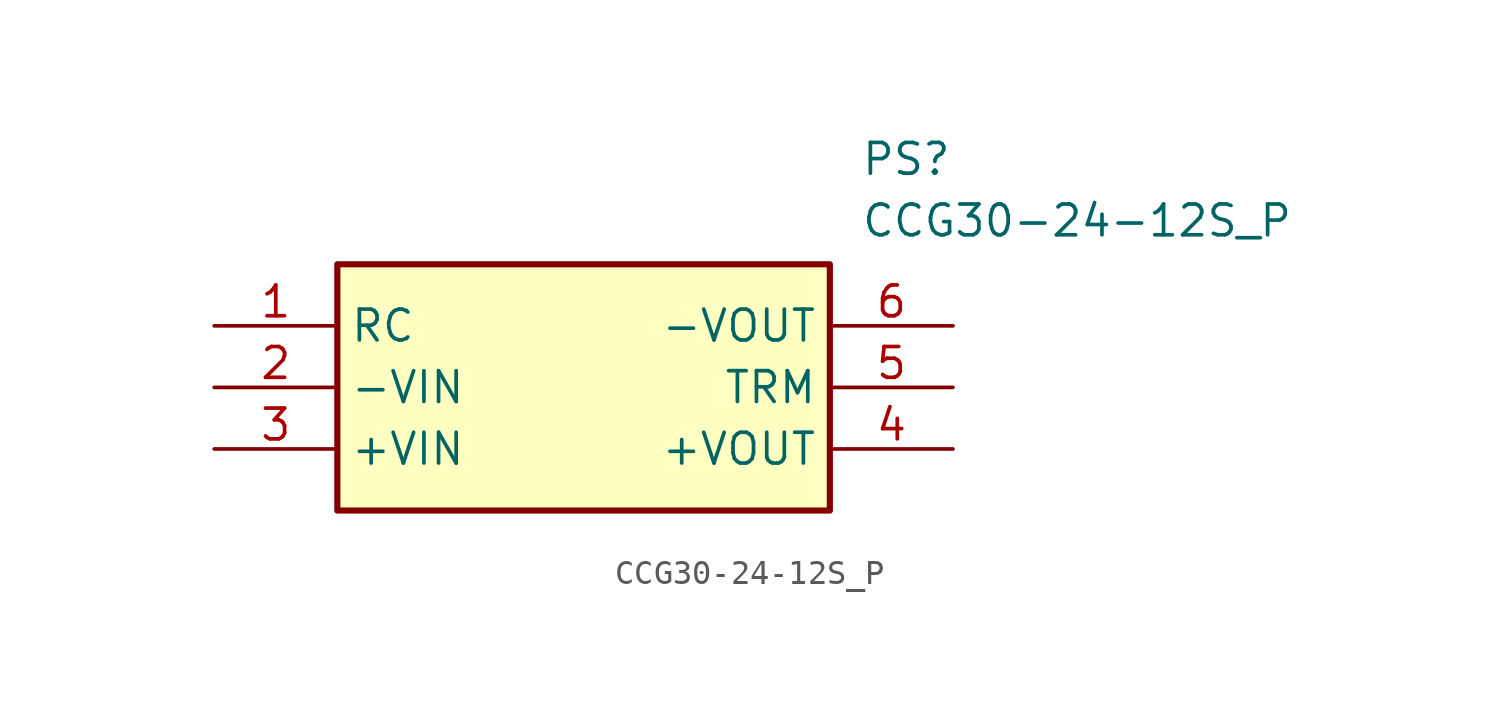
<source format=kicad_sym>
(kicad_symbol_lib
  (version 20211014)
  (generator SamacSys_ECAD_Model)
  (symbol "CCG30-24-12S_P"
    (property "Reference" "PS"
      (at 26.67 7.62 0)
      (effects (font (size 1.27 1.27)) (justify left top)))
    (property "Value" "CCG30-24-12S_P"
      (at 26.67 5.08 0)
      (effects (font (size 1.27 1.27)) (justify left top)))
    (rectangle
      (start 5.08 2.54)
      (end 25.4 -7.62)
      (stroke (width 0.254) (type default))
      (fill (type background)))
    (pin passive line
      (at 0 0 0)
      (length 5.08)
      (name "RC" (effects (font (size 1.27 1.27))))
      (number "1" (effects (font (size 1.27 1.27)))))
    (pin passive line
      (at 0 -2.54 0)
      (length 5.08)
      (name "-VIN" (effects (font (size 1.27 1.27))))
      (number "2" (effects (font (size 1.27 1.27)))))
    (pin passive line
      (at 0 -5.08 0)
      (length 5.08)
      (name "+VIN" (effects (font (size 1.27 1.27))))
      (number "3" (effects (font (size 1.27 1.27)))))
    (pin passive line
      (at 30.48 -5.08 180)
      (length 5.08)
      (name "+VOUT" (effects (font (size 1.27 1.27))))
      (number "4" (effects (font (size 1.27 1.27)))))
    (pin passive line
      (at 30.48 -2.54 180)
      (length 5.08)
      (name "TRM" (effects (font (size 1.27 1.27))))
      (number "5" (effects (font (size 1.27 1.27)))))
    (pin passive line
      (at 30.48 0 180)
      (length 5.08)
      (name "-VOUT" (effects (font (size 1.27 1.27))))
      (number "6" (effects (font (size 1.27 1.27)))))))
</source>
